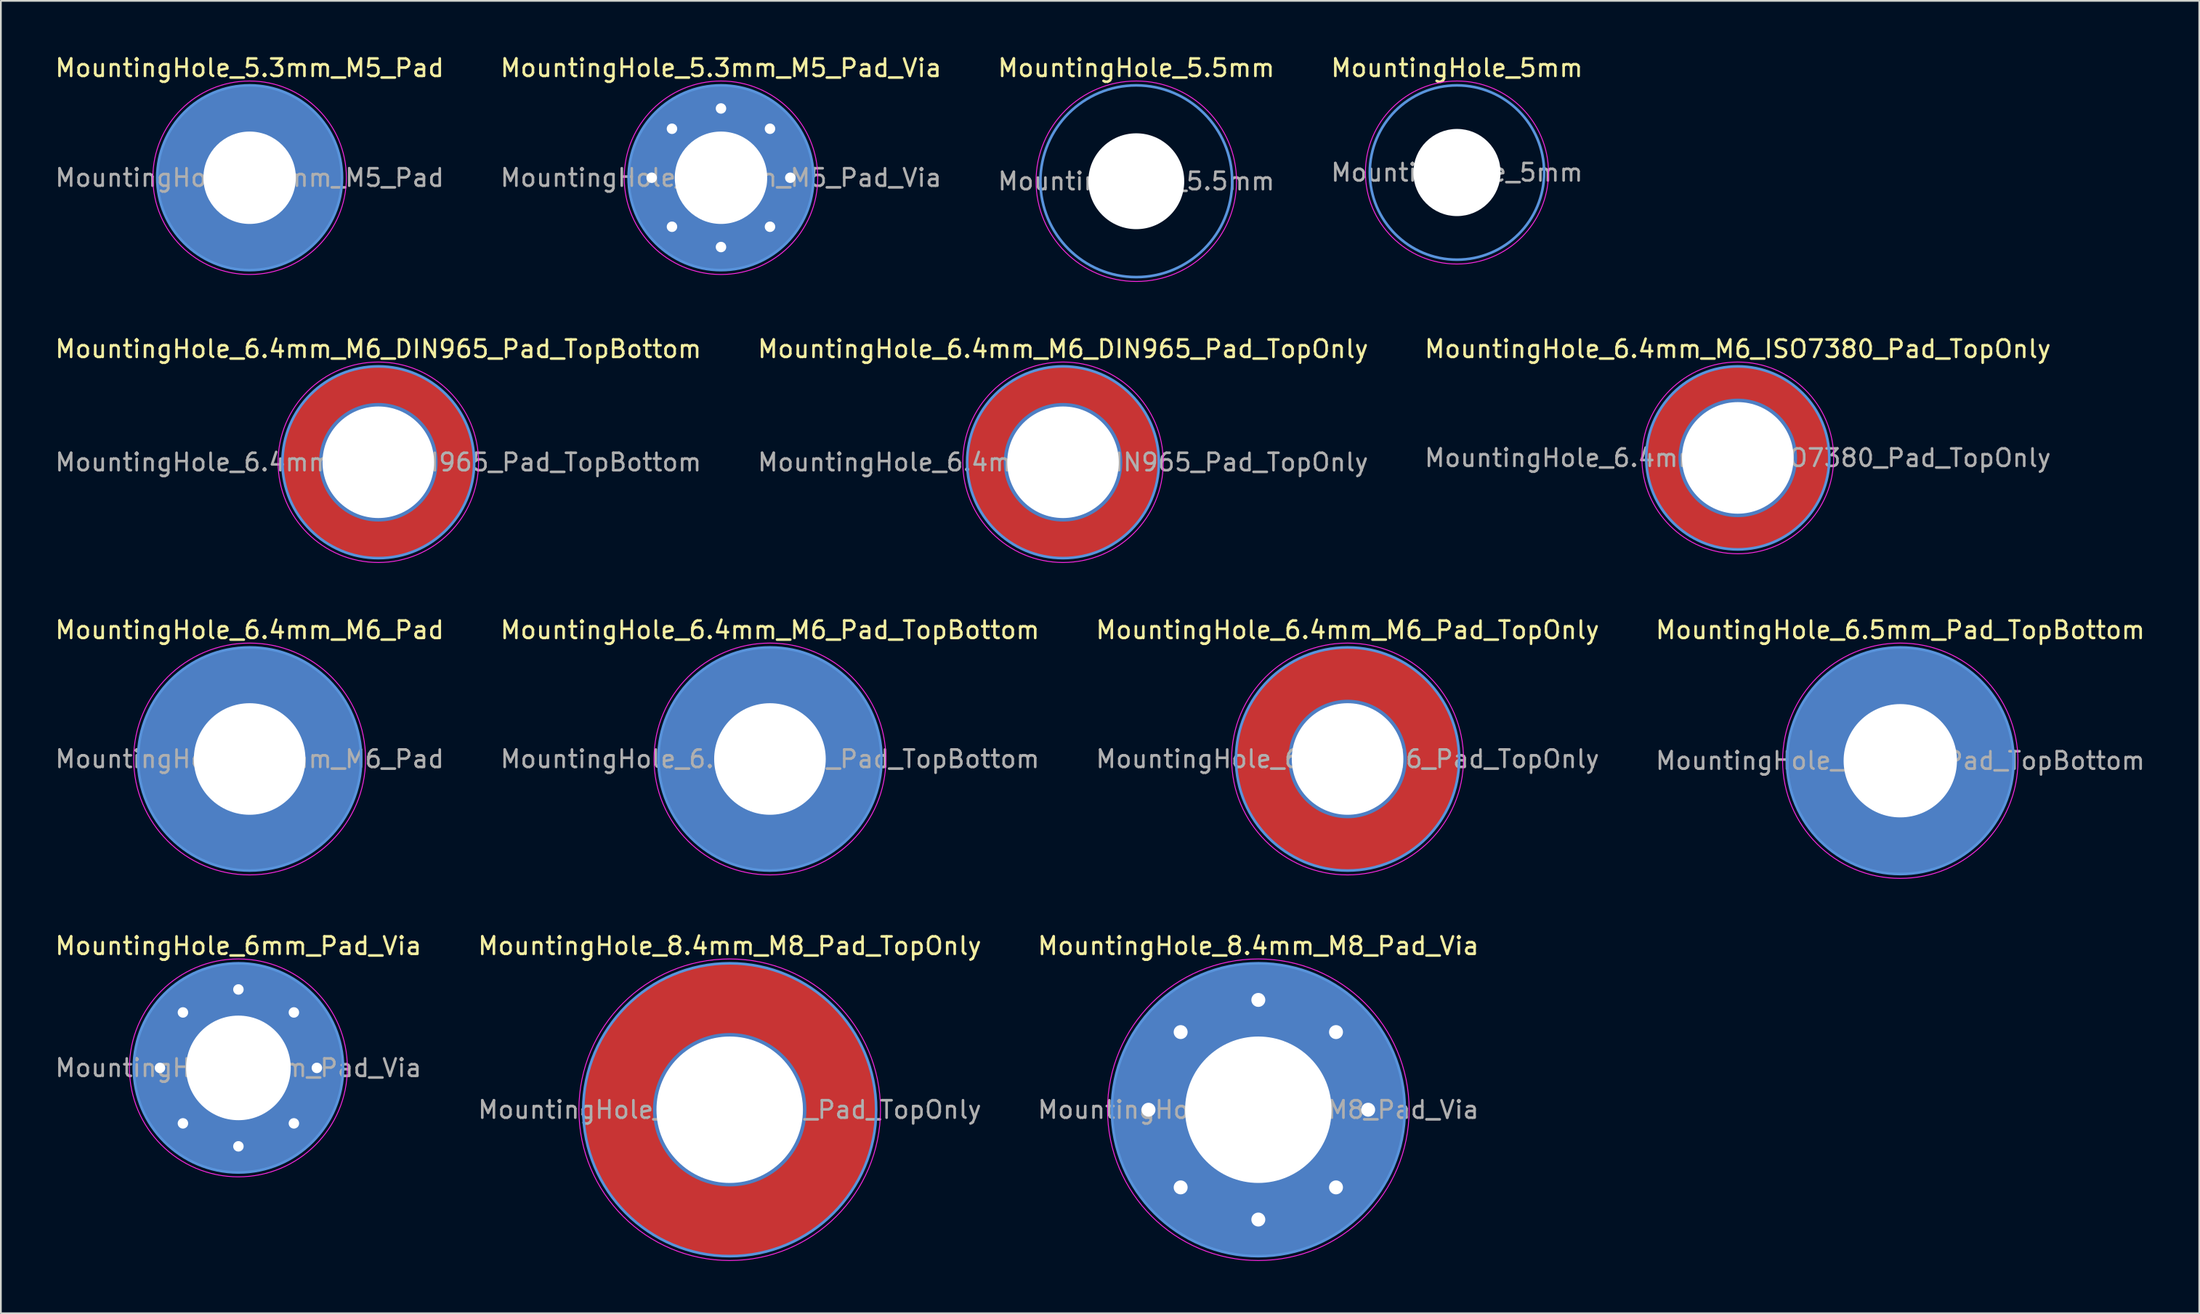
<source format=kicad_pcb>
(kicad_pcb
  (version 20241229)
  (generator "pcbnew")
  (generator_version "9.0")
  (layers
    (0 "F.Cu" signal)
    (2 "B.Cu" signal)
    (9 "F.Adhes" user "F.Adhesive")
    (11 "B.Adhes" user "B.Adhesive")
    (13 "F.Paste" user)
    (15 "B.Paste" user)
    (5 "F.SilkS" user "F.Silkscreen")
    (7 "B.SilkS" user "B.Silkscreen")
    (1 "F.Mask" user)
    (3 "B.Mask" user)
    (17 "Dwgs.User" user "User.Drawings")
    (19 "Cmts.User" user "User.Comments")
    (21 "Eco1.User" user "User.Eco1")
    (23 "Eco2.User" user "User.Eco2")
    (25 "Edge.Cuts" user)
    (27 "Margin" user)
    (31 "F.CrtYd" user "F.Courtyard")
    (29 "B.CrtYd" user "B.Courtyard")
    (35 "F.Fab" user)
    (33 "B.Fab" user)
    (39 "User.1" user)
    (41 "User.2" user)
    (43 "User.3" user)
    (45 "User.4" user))
  (footprint "MountingHole_6.5mm_Pad_TopBottom"
    (layer "F.Cu")
    (at 105.946 40.595)
    (property "Reference" "MountingHole_6.5mm_Pad_TopBottom" (at 0 -7.5 0) (layer "F.SilkS") (effects (font (size 1 1) (thickness 0.15))))
    (attr exclude_from_pos_files exclude_from_bom)
    (fp_circle (center 0 0) (end 6.5 0) (stroke (width 0.15) (type solid)) (fill no) (layer "Cmts.User"))
    (fp_circle (center 0 0) (end 6.75 0) (stroke (width 0.05) (type solid)) (fill no) (layer "F.CrtYd"))
    (fp_text user "${REFERENCE}" (at 0 0 0) (layer "F.Fab") (effects (font (size 1 1) (thickness 0.15))))
    (pad "1" thru_hole circle (at 0 0) (size 6.9 6.9) (drill 6.5) (layers "*.Cu" "*.Mask"))
    (pad "1" connect circle (at 0 0) (size 13 13) (layers "F.Cu" "F.Mask"))
    (pad "1" connect circle (at 0 0) (size 13 13) (layers "B.Cu" "B.Mask")))
  (footprint "MountingHole_6.4mm_M6_Pad"
    (layer "F.Cu")
    (at 11.268 40.495)
    (property "Reference" "MountingHole_6.4mm_M6_Pad" (at 0 -7.4 0) (layer "F.SilkS") (effects (font (size 1 1) (thickness 0.15))))
    (attr exclude_from_pos_files exclude_from_bom)
    (fp_circle (center 0 0) (end 6.4 0) (stroke (width 0.15) (type solid)) (fill no) (layer "Cmts.User"))
    (fp_circle (center 0 0) (end 6.65 0) (stroke (width 0.05) (type solid)) (fill no) (layer "F.CrtYd"))
    (fp_text user "${REFERENCE}" (at 0 0 0) (layer "F.Fab") (effects (font (size 1 1) (thickness 0.15))))
    (pad "1" thru_hole circle (at 0 0) (size 12.8 12.8) (drill 6.4) (layers "*.Cu" "*.Mask")))
  (footprint "MountingHole_6.4mm_M6_DIN965_Pad_TopBottom"
    (layer "F.Cu")
    (at 18.649 23.471)
    (property "Reference" "MountingHole_6.4mm_M6_DIN965_Pad_TopBottom" (at 0 -6.5 0) (layer "F.SilkS") (effects (font (size 1 1) (thickness 0.15))))
    (attr exclude_from_pos_files exclude_from_bom)
    (fp_circle (center 0 0) (end 5.5 0) (stroke (width 0.15) (type solid)) (fill no) (layer "Cmts.User"))
    (fp_circle (center 0 0) (end 5.75 0) (stroke (width 0.05) (type solid)) (fill no) (layer "F.CrtYd"))
    (fp_text user "${REFERENCE}" (at 0 0 0) (layer "F.Fab") (effects (font (size 1 1) (thickness 0.15))))
    (pad "" connect circle (at 0 0) (size 11 11) (layers "B.Mask" "Rescue"))
    (pad "1" thru_hole circle (at 0 0) (size 6.8 6.8) (drill 6.4) (layers "*.Cu" "*.Mask"))
    (pad "1" connect circle (at 0 0) (size 11 11) (layers "F.Cu" "F.Mask")))
  (footprint "MountingHole_6.4mm_M6_Pad_TopOnly"
    (layer "F.Cu")
    (at 74.244 40.495)
    (property "Reference" "MountingHole_6.4mm_M6_Pad_TopOnly" (at 0 -7.4 0) (layer "F.SilkS") (effects (font (size 1 1) (thickness 0.15))))
    (attr exclude_from_pos_files exclude_from_bom)
    (fp_circle (center 0 0) (end 6.4 0) (stroke (width 0.15) (type solid)) (fill no) (layer "Cmts.User"))
    (fp_circle (center 0 0) (end 6.65 0) (stroke (width 0.05) (type solid)) (fill no) (layer "F.CrtYd"))
    (fp_text user "${REFERENCE}" (at 0 0 0) (layer "F.Fab") (effects (font (size 1 1) (thickness 0.15))))
    (pad "1" thru_hole circle (at 0 0) (size 6.8 6.8) (drill 6.4) (layers "*.Cu" "*.Mask"))
    (pad "1" connect circle (at 0 0) (size 12.8 12.8) (layers "F.Cu" "F.Mask")))
  (footprint "MountingHole_5mm"
    (layer "F.Cu")
    (at 80.518 6.848)
    (property "Reference" "MountingHole_5mm" (at 0 -6 0) (layer "F.SilkS") (effects (font (size 1 1) (thickness 0.15))))
    (attr exclude_from_pos_files exclude_from_bom)
    (fp_circle (center 0 0) (end 5 0) (stroke (width 0.15) (type solid)) (fill no) (layer "Cmts.User"))
    (fp_circle (center 0 0) (end 5.25 0) (stroke (width 0.05) (type solid)) (fill no) (layer "F.CrtYd"))
    (fp_text user "${REFERENCE}" (at 0 0 0) (layer "F.Fab") (effects (font (size 1 1) (thickness 0.15))))
    (pad "" np_thru_hole circle (at 0 0) (size 5 5) (drill 5) (layers "*.Cu" "*.Mask")))
  (footprint "MountingHole_5.5mm"
    (layer "F.Cu")
    (at 62.125 7.348)
    (property "Reference" "MountingHole_5.5mm" (at 0 -6.5 0) (layer "F.SilkS") (effects (font (size 1 1) (thickness 0.15))))
    (attr exclude_from_pos_files exclude_from_bom)
    (fp_circle (center 0 0) (end 5.5 0) (stroke (width 0.15) (type solid)) (fill no) (layer "Cmts.User"))
    (fp_circle (center 0 0) (end 5.75 0) (stroke (width 0.05) (type solid)) (fill no) (layer "F.CrtYd"))
    (fp_text user "${REFERENCE}" (at 0 0 0) (layer "F.Fab") (effects (font (size 1 1) (thickness 0.15))))
    (pad "" np_thru_hole circle (at 0 0) (size 5.5 5.5) (drill 5.5) (layers "*.Cu" "*.Mask")))
  (footprint "MountingHole_6mm_Pad_Via"
    (layer "F.Cu")
    (at 10.625 58.218)
    (property "Reference" "MountingHole_6mm_Pad_Via" (at 0 -7 0) (layer "F.SilkS") (effects (font (size 1 1) (thickness 0.15))))
    (attr exclude_from_pos_files exclude_from_bom)
    (fp_circle (center 0 0) (end 6 0) (stroke (width 0.15) (type solid)) (fill no) (layer "Cmts.User"))
    (fp_circle (center 0 0) (end 6.25 0) (stroke (width 0.05) (type solid)) (fill no) (layer "F.CrtYd"))
    (fp_text user "${REFERENCE}" (at 0 0 0) (layer "F.Fab") (effects (font (size 1 1) (thickness 0.15))))
    (pad "1" thru_hole circle (at -4.5 0) (size 0.9 0.9) (drill 0.6) (layers "*.Cu" "*.Mask"))
    (pad "1" thru_hole circle (at -3.182 -3.182) (size 0.9 0.9) (drill 0.6) (layers "*.Cu" "*.Mask"))
    (pad "1" thru_hole circle (at -3.182 3.182) (size 0.9 0.9) (drill 0.6) (layers "*.Cu" "*.Mask"))
    (pad "1" thru_hole circle (at 0 -4.5) (size 0.9 0.9) (drill 0.6) (layers "*.Cu" "*.Mask"))
    (pad "1" thru_hole circle (at 0 0) (size 12 12) (drill 6) (layers "*.Cu" "*.Mask"))
    (pad "1" thru_hole circle (at 0 4.5) (size 0.9 0.9) (drill 0.6) (layers "*.Cu" "*.Mask"))
    (pad "1" thru_hole circle (at 3.182 -3.182) (size 0.9 0.9) (drill 0.6) (layers "*.Cu" "*.Mask"))
    (pad "1" thru_hole circle (at 3.182 3.182) (size 0.9 0.9) (drill 0.6) (layers "*.Cu" "*.Mask"))
    (pad "1" thru_hole circle (at 4.5 0) (size 0.9 0.9) (drill 0.6) (layers "*.Cu" "*.Mask")))
  (footprint "MountingHole_8.4mm_M8_Pad_Via"
    (layer "F.Cu")
    (at 69.125 60.618)
    (property "Reference" "MountingHole_8.4mm_M8_Pad_Via" (at 0 -9.4 0) (layer "F.SilkS") (effects (font (size 1 1) (thickness 0.15))))
    (attr exclude_from_pos_files exclude_from_bom)
    (fp_circle (center 0 0) (end 8.4 0) (stroke (width 0.15) (type solid)) (fill no) (layer "Cmts.User"))
    (fp_circle (center 0 0) (end 8.65 0) (stroke (width 0.05) (type solid)) (fill no) (layer "F.CrtYd"))
    (fp_text user "${REFERENCE}" (at 0 0 0) (layer "F.Fab") (effects (font (size 1 1) (thickness 0.15))))
    (pad "1" thru_hole circle (at -6.3 0) (size 1.1 1.1) (drill 0.8) (layers "*.Cu" "*.Mask"))
    (pad "1" thru_hole circle (at -4.455 -4.455) (size 1.1 1.1) (drill 0.8) (layers "*.Cu" "*.Mask"))
    (pad "1" thru_hole circle (at -4.455 4.455) (size 1.1 1.1) (drill 0.8) (layers "*.Cu" "*.Mask"))
    (pad "1" thru_hole circle (at 0 -6.3) (size 1.1 1.1) (drill 0.8) (layers "*.Cu" "*.Mask"))
    (pad "1" thru_hole circle (at 0 0) (size 16.8 16.8) (drill 8.4) (layers "*.Cu" "*.Mask"))
    (pad "1" thru_hole circle (at 0 6.3) (size 1.1 1.1) (drill 0.8) (layers "*.Cu" "*.Mask"))
    (pad "1" thru_hole circle (at 4.455 -4.455) (size 1.1 1.1) (drill 0.8) (layers "*.Cu" "*.Mask"))
    (pad "1" thru_hole circle (at 4.455 4.455) (size 1.1 1.1) (drill 0.8) (layers "*.Cu" "*.Mask"))
    (pad "1" thru_hole circle (at 6.3 0) (size 1.1 1.1) (drill 0.8) (layers "*.Cu" "*.Mask")))
  (footprint "MountingHole_8.4mm_M8_Pad_TopOnly"
    (layer "F.Cu")
    (at 38.804 60.618)
    (property "Reference" "MountingHole_8.4mm_M8_Pad_TopOnly" (at 0 -9.4 0) (layer "F.SilkS") (effects (font (size 1 1) (thickness 0.15))))
    (attr exclude_from_pos_files exclude_from_bom)
    (fp_circle (center 0 0) (end 8.4 0) (stroke (width 0.15) (type solid)) (fill no) (layer "Cmts.User"))
    (fp_circle (center 0 0) (end 8.65 0) (stroke (width 0.05) (type solid)) (fill no) (layer "F.CrtYd"))
    (fp_text user "${REFERENCE}" (at 0 0 0) (layer "F.Fab") (effects (font (size 1 1) (thickness 0.15))))
    (pad "1" thru_hole circle (at 0 0) (size 8.8 8.8) (drill 8.4) (layers "*.Cu" "*.Mask"))
    (pad "1" connect circle (at 0 0) (size 16.8 16.8) (layers "F.Cu" "F.Mask")))
  (footprint "MountingHole_6.4mm_M6_ISO7380_Pad_TopOnly"
    (layer "F.Cu")
    (at 96.625 23.221)
    (property "Reference" "MountingHole_6.4mm_M6_ISO7380_Pad_TopOnly" (at 0 -6.25 0) (layer "F.SilkS") (effects (font (size 1 1) (thickness 0.15))))
    (attr exclude_from_pos_files exclude_from_bom)
    (fp_circle (center 0 0) (end 5.25 0) (stroke (width 0.15) (type solid)) (fill no) (layer "Cmts.User"))
    (fp_circle (center 0 0) (end 5.5 0) (stroke (width 0.05) (type solid)) (fill no) (layer "F.CrtYd"))
    (fp_text user "${REFERENCE}" (at 0 0 0) (layer "F.Fab") (effects (font (size 1 1) (thickness 0.15))))
    (pad "1" thru_hole circle (at 0 0) (size 6.8 6.8) (drill 6.4) (layers "*.Cu" "*.Mask"))
    (pad "1" connect circle (at 0 0) (size 10.5 10.5) (layers "F.Cu" "F.Mask")))
  (footprint "MountingHole_5.3mm_M5_Pad_Via"
    (layer "F.Cu")
    (at 38.304 7.148)
    (property "Reference" "MountingHole_5.3mm_M5_Pad_Via" (at 0 -6.3 0) (layer "F.SilkS") (effects (font (size 1 1) (thickness 0.15))))
    (attr exclude_from_pos_files exclude_from_bom)
    (fp_circle (center 0 0) (end 5.3 0) (stroke (width 0.15) (type solid)) (fill no) (layer "Cmts.User"))
    (fp_circle (center 0 0) (end 5.55 0) (stroke (width 0.05) (type solid)) (fill no) (layer "F.CrtYd"))
    (fp_text user "${REFERENCE}" (at 0 0 0) (layer "F.Fab") (effects (font (size 1 1) (thickness 0.15))))
    (pad "1" thru_hole circle (at -3.975 0) (size 0.9 0.9) (drill 0.6) (layers "*.Cu" "*.Mask"))
    (pad "1" thru_hole circle (at -2.811 -2.811) (size 0.9 0.9) (drill 0.6) (layers "*.Cu" "*.Mask"))
    (pad "1" thru_hole circle (at -2.811 2.811) (size 0.9 0.9) (drill 0.6) (layers "*.Cu" "*.Mask"))
    (pad "1" thru_hole circle (at 0 -3.975) (size 0.9 0.9) (drill 0.6) (layers "*.Cu" "*.Mask"))
    (pad "1" thru_hole circle (at 0 0) (size 10.6 10.6) (drill 5.3) (layers "*.Cu" "*.Mask"))
    (pad "1" thru_hole circle (at 0 3.975) (size 0.9 0.9) (drill 0.6) (layers "*.Cu" "*.Mask"))
    (pad "1" thru_hole circle (at 2.811 -2.811) (size 0.9 0.9) (drill 0.6) (layers "*.Cu" "*.Mask"))
    (pad "1" thru_hole circle (at 2.811 2.811) (size 0.9 0.9) (drill 0.6) (layers "*.Cu" "*.Mask"))
    (pad "1" thru_hole circle (at 3.975 0) (size 0.9 0.9) (drill 0.6) (layers "*.Cu" "*.Mask")))
  (footprint "MountingHole_6.4mm_M6_DIN965_Pad_TopOnly"
    (layer "F.Cu")
    (at 57.923 23.471)
    (property "Reference" "MountingHole_6.4mm_M6_DIN965_Pad_TopOnly" (at 0 -6.5 0) (layer "F.SilkS") (effects (font (size 1 1) (thickness 0.15))))
    (attr exclude_from_pos_files exclude_from_bom)
    (fp_circle (center 0 0) (end 5.5 0) (stroke (width 0.15) (type solid)) (fill no) (layer "Cmts.User"))
    (fp_circle (center 0 0) (end 5.75 0) (stroke (width 0.05) (type solid)) (fill no) (layer "F.CrtYd"))
    (fp_text user "${REFERENCE}" (at 0 0 0) (layer "F.Fab") (effects (font (size 1 1) (thickness 0.15))))
    (pad "1" thru_hole circle (at 0 0) (size 6.8 6.8) (drill 6.4) (layers "*.Cu" "*.Mask"))
    (pad "1" connect circle (at 0 0) (size 11 11) (layers "F.Cu" "F.Mask")))
  (footprint "MountingHole_5.3mm_M5_Pad"
    (layer "F.Cu")
    (at 11.268 7.148)
    (property "Reference" "MountingHole_5.3mm_M5_Pad" (at 0 -6.3 0) (layer "F.SilkS") (effects (font (size 1 1) (thickness 0.15))))
    (attr exclude_from_pos_files exclude_from_bom)
    (fp_circle (center 0 0) (end 5.3 0) (stroke (width 0.15) (type solid)) (fill no) (layer "Cmts.User"))
    (fp_circle (center 0 0) (end 5.55 0) (stroke (width 0.05) (type solid)) (fill no) (layer "F.CrtYd"))
    (fp_text user "${REFERENCE}" (at 0 0 0) (layer "F.Fab") (effects (font (size 1 1) (thickness 0.15))))
    (pad "1" thru_hole circle (at 0 0) (size 10.6 10.6) (drill 5.3) (layers "*.Cu" "*.Mask")))
  (footprint "MountingHole_6.4mm_M6_Pad_TopBottom"
    (layer "F.Cu")
    (at 41.113 40.495)
    (property "Reference" "MountingHole_6.4mm_M6_Pad_TopBottom" (at 0 -7.4 0) (layer "F.SilkS") (effects (font (size 1 1) (thickness 0.15))))
    (attr exclude_from_pos_files exclude_from_bom)
    (fp_circle (center 0 0) (end 6.4 0) (stroke (width 0.15) (type solid)) (fill no) (layer "Cmts.User"))
    (fp_circle (center 0 0) (end 6.65 0) (stroke (width 0.05) (type solid)) (fill no) (layer "F.CrtYd"))
    (fp_text user "${REFERENCE}" (at 0 0 0) (layer "F.Fab") (effects (font (size 1 1) (thickness 0.15))))
    (pad "1" thru_hole circle (at 0 0) (size 6.8 6.8) (drill 6.4) (layers "*.Cu" "*.Mask"))
    (pad "1" connect circle (at 0 0) (size 12.8 12.8) (layers "F.Cu" "F.Mask"))
    (pad "1" connect circle (at 0 0) (size 12.8 12.8) (layers "B.Cu" "B.Mask")))
  (gr_rect
    (start -3 -3)
    (end 123.095 72.293)
    (stroke (width 0.1) (type default))
    (fill no)
    (layer "Edge.Cuts")))
</source>
